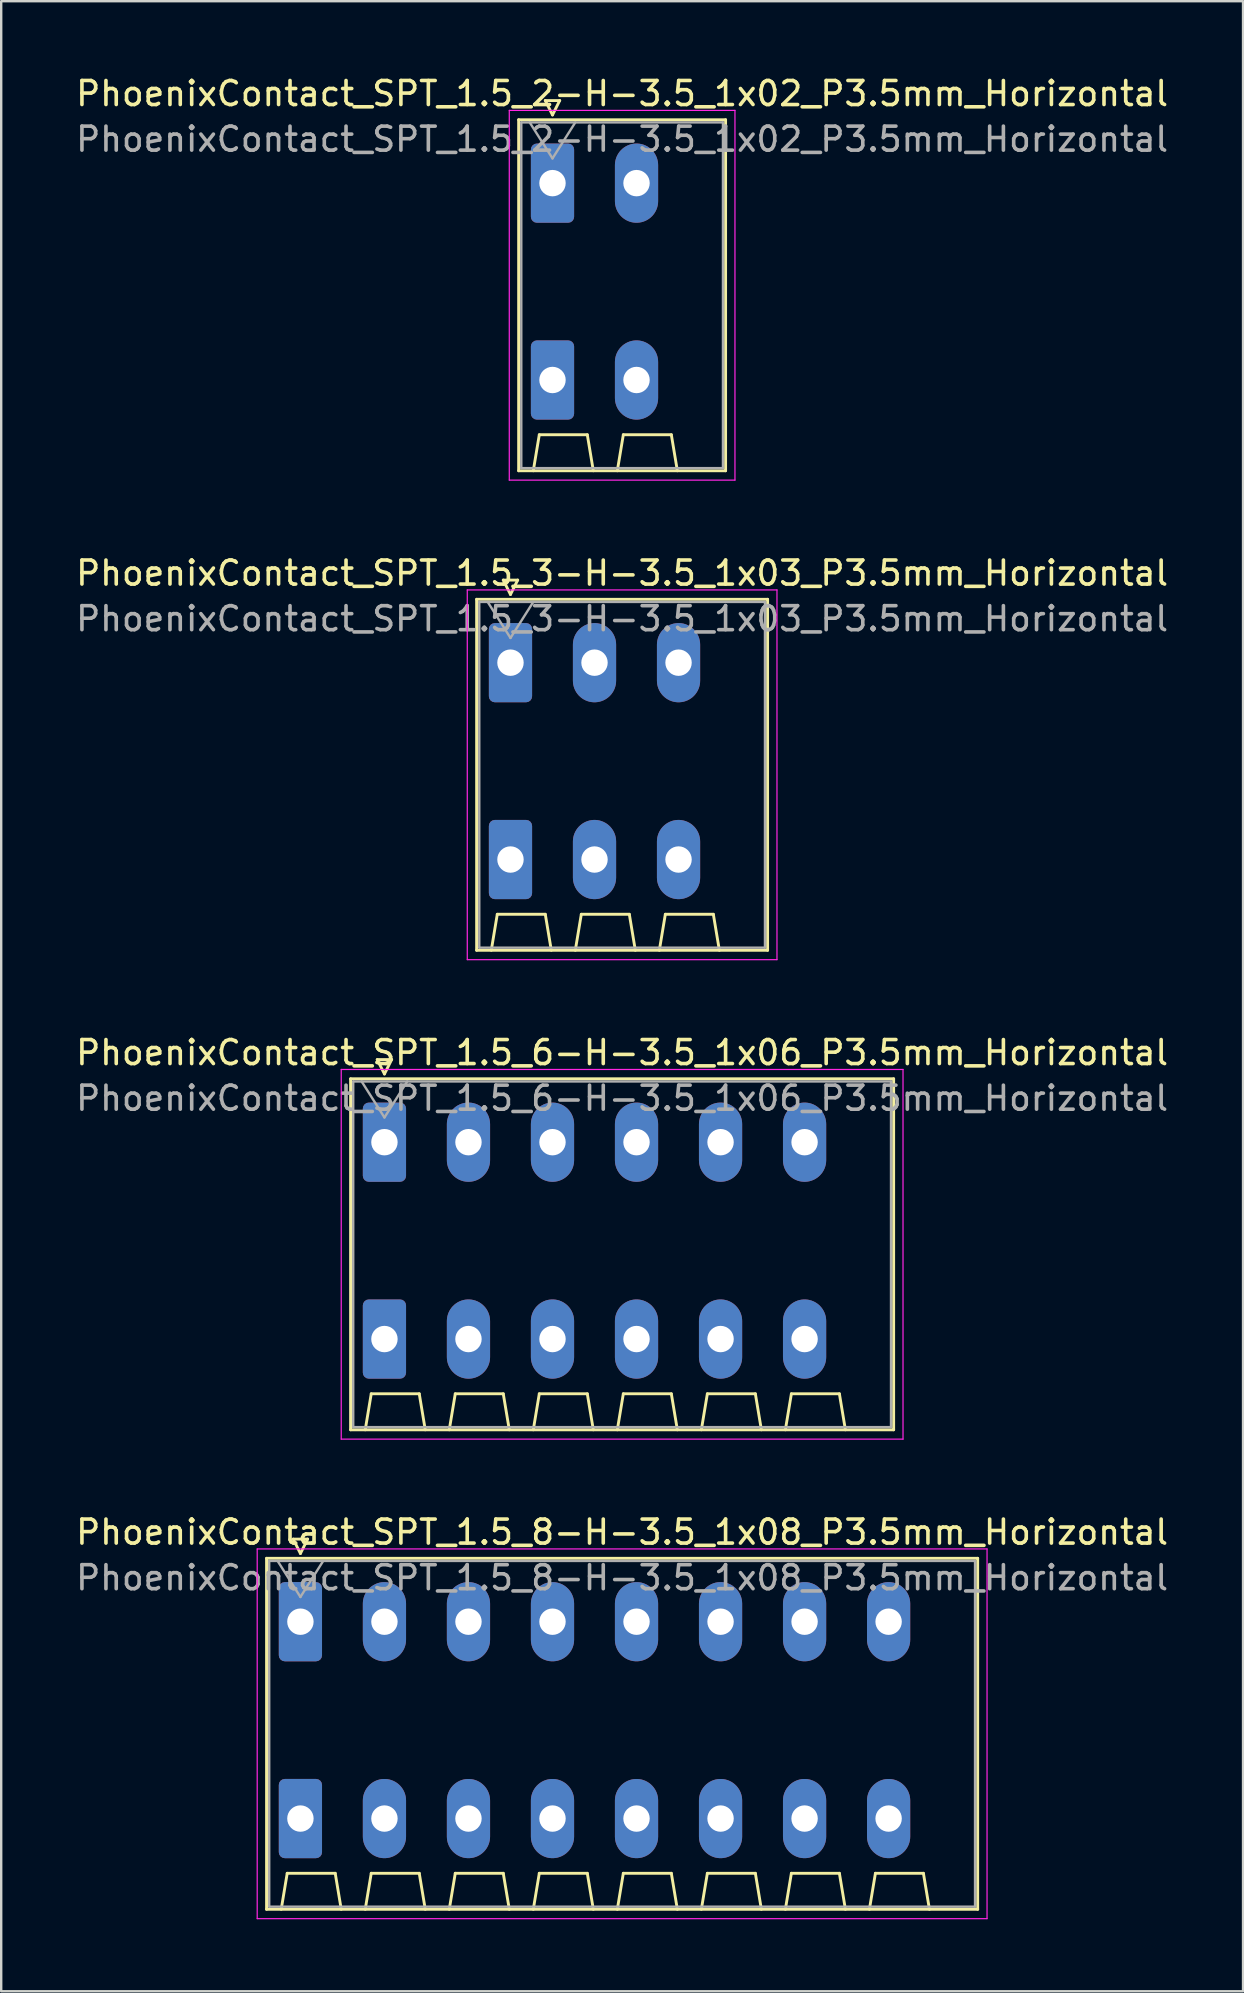
<source format=kicad_pcb>
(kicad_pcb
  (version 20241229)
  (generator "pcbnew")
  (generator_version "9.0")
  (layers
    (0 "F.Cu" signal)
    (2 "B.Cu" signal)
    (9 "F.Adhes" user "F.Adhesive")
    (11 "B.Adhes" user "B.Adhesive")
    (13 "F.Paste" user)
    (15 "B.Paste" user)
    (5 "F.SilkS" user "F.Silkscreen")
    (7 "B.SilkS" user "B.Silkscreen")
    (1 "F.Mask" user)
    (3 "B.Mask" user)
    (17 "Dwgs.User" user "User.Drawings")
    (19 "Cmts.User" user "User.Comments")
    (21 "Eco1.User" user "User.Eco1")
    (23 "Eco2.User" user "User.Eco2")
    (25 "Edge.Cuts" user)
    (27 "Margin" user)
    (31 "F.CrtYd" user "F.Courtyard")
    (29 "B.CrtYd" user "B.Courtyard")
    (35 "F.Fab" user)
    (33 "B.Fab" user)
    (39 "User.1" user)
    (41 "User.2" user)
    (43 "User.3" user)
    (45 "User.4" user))
  (footprint "PhoenixContact_SPT_1.5_2-H-3.5_1x02_P3.5mm_Horizontal"
    (layer "F.Cu")
    (at 19.963 4.578)
    (property "Reference" "PhoenixContact_SPT_1.5_2-H-3.5_1x02_P3.5mm_Horizontal" (at 2.9 -3.73 0) (layer "F.SilkS") (effects (font (size 1 1) (thickness 0.15))))
    (attr through_hole)
    (fp_line (start -1.41 -2.64) (end 7.21 -2.64) (stroke (width 0.12) (type solid)) (layer "F.SilkS"))
    (fp_line (start -1.41 11.98) (end -1.41 -2.64) (stroke (width 0.12) (type solid)) (layer "F.SilkS"))
    (fp_line (start -0.8 11.98) (end -0.55 10.48) (stroke (width 0.12) (type solid)) (layer "F.SilkS"))
    (fp_line (start -0.55 10.48) (end 1.45 10.48) (stroke (width 0.12) (type solid)) (layer "F.SilkS"))
    (fp_line (start -0.3 -3.44) (end 0 -2.84) (stroke (width 0.12) (type solid)) (layer "F.SilkS"))
    (fp_line (start -0.3 -3.44) (end 0.3 -3.44) (stroke (width 0.12) (type solid)) (layer "F.SilkS"))
    (fp_line (start 0.3 -3.44) (end 0 -2.84) (stroke (width 0.12) (type solid)) (layer "F.SilkS"))
    (fp_line (start 1.7 11.98) (end 1.45 10.48) (stroke (width 0.12) (type solid)) (layer "F.SilkS"))
    (fp_line (start 2.7 11.98) (end 2.95 10.48) (stroke (width 0.12) (type solid)) (layer "F.SilkS"))
    (fp_line (start 2.95 10.48) (end 4.95 10.48) (stroke (width 0.12) (type solid)) (layer "F.SilkS"))
    (fp_line (start 5.2 11.98) (end 4.95 10.48) (stroke (width 0.12) (type solid)) (layer "F.SilkS"))
    (fp_line (start 7.21 -2.64) (end 7.21 11.98) (stroke (width 0.12) (type solid)) (layer "F.SilkS"))
    (fp_line (start 7.21 11.98) (end -1.41 11.98) (stroke (width 0.12) (type solid)) (layer "F.SilkS"))
    (fp_line (start -1.8 -3.03) (end -1.8 12.37) (stroke (width 0.05) (type solid)) (layer "F.CrtYd"))
    (fp_line (start -1.8 12.37) (end 7.6 12.37) (stroke (width 0.05) (type solid)) (layer "F.CrtYd"))
    (fp_line (start 7.6 -3.03) (end -1.8 -3.03) (stroke (width 0.05) (type solid)) (layer "F.CrtYd"))
    (fp_line (start 7.6 12.37) (end 7.6 -3.03) (stroke (width 0.05) (type solid)) (layer "F.CrtYd"))
    (fp_line (start -1.3 -2.53) (end -1.3 11.87) (stroke (width 0.1) (type solid)) (layer "F.Fab"))
    (fp_line (start -1.3 11.87) (end 7.1 11.87) (stroke (width 0.1) (type solid)) (layer "F.Fab"))
    (fp_line (start -0.95 -2.53) (end 0 -1.03) (stroke (width 0.1) (type solid)) (layer "F.Fab"))
    (fp_line (start 0.95 -2.53) (end 0 -1.03) (stroke (width 0.1) (type solid)) (layer "F.Fab"))
    (fp_line (start 7.1 -2.53) (end -1.3 -2.53) (stroke (width 0.1) (type solid)) (layer "F.Fab"))
    (fp_line (start 7.1 11.87) (end 7.1 -2.53) (stroke (width 0.1) (type solid)) (layer "F.Fab"))
    (fp_text user "${REFERENCE}" (at 2.9 -1.83 0) (layer "F.Fab") (effects (font (size 1 1) (thickness 0.15))))
    (pad "1" thru_hole roundrect (at 0 0) (size 1.8 3.3) (drill 1.1) (layers "*.Cu" "*.Mask") (roundrect_rratio 0.139))
    (pad "1" thru_hole roundrect (at 0 8.2) (size 1.8 3.3) (drill 1.1) (layers "*.Cu" "*.Mask") (roundrect_rratio 0.139))
    (pad "2" thru_hole oval (at 3.5 0) (size 1.8 3.3) (drill 1.1) (layers "*.Cu" "*.Mask"))
    (pad "2" thru_hole oval (at 3.5 8.2) (size 1.8 3.3) (drill 1.1) (layers "*.Cu" "*.Mask")))
  (footprint "PhoenixContact_SPT_1.5_3-H-3.5_1x03_P3.5mm_Horizontal"
    (layer "F.Cu")
    (at 18.213 24.552)
    (property "Reference" "PhoenixContact_SPT_1.5_3-H-3.5_1x03_P3.5mm_Horizontal" (at 4.65 -3.73 0) (layer "F.SilkS") (effects (font (size 1 1) (thickness 0.15))))
    (attr through_hole)
    (fp_line (start -1.41 -2.64) (end 10.71 -2.64) (stroke (width 0.12) (type solid)) (layer "F.SilkS"))
    (fp_line (start -1.41 11.98) (end -1.41 -2.64) (stroke (width 0.12) (type solid)) (layer "F.SilkS"))
    (fp_line (start -0.8 11.98) (end -0.55 10.48) (stroke (width 0.12) (type solid)) (layer "F.SilkS"))
    (fp_line (start -0.55 10.48) (end 1.45 10.48) (stroke (width 0.12) (type solid)) (layer "F.SilkS"))
    (fp_line (start -0.3 -3.44) (end 0 -2.84) (stroke (width 0.12) (type solid)) (layer "F.SilkS"))
    (fp_line (start -0.3 -3.44) (end 0.3 -3.44) (stroke (width 0.12) (type solid)) (layer "F.SilkS"))
    (fp_line (start 0.3 -3.44) (end 0 -2.84) (stroke (width 0.12) (type solid)) (layer "F.SilkS"))
    (fp_line (start 1.7 11.98) (end 1.45 10.48) (stroke (width 0.12) (type solid)) (layer "F.SilkS"))
    (fp_line (start 2.7 11.98) (end 2.95 10.48) (stroke (width 0.12) (type solid)) (layer "F.SilkS"))
    (fp_line (start 2.95 10.48) (end 4.95 10.48) (stroke (width 0.12) (type solid)) (layer "F.SilkS"))
    (fp_line (start 5.2 11.98) (end 4.95 10.48) (stroke (width 0.12) (type solid)) (layer "F.SilkS"))
    (fp_line (start 6.2 11.98) (end 6.45 10.48) (stroke (width 0.12) (type solid)) (layer "F.SilkS"))
    (fp_line (start 6.45 10.48) (end 8.45 10.48) (stroke (width 0.12) (type solid)) (layer "F.SilkS"))
    (fp_line (start 8.7 11.98) (end 8.45 10.48) (stroke (width 0.12) (type solid)) (layer "F.SilkS"))
    (fp_line (start 10.71 -2.64) (end 10.71 11.98) (stroke (width 0.12) (type solid)) (layer "F.SilkS"))
    (fp_line (start 10.71 11.98) (end -1.41 11.98) (stroke (width 0.12) (type solid)) (layer "F.SilkS"))
    (fp_line (start -1.8 -3.03) (end -1.8 12.37) (stroke (width 0.05) (type solid)) (layer "F.CrtYd"))
    (fp_line (start -1.8 12.37) (end 11.1 12.37) (stroke (width 0.05) (type solid)) (layer "F.CrtYd"))
    (fp_line (start 11.1 -3.03) (end -1.8 -3.03) (stroke (width 0.05) (type solid)) (layer "F.CrtYd"))
    (fp_line (start 11.1 12.37) (end 11.1 -3.03) (stroke (width 0.05) (type solid)) (layer "F.CrtYd"))
    (fp_line (start -1.3 -2.53) (end -1.3 11.87) (stroke (width 0.1) (type solid)) (layer "F.Fab"))
    (fp_line (start -1.3 11.87) (end 10.6 11.87) (stroke (width 0.1) (type solid)) (layer "F.Fab"))
    (fp_line (start -0.95 -2.53) (end 0 -1.03) (stroke (width 0.1) (type solid)) (layer "F.Fab"))
    (fp_line (start 0.95 -2.53) (end 0 -1.03) (stroke (width 0.1) (type solid)) (layer "F.Fab"))
    (fp_line (start 10.6 -2.53) (end -1.3 -2.53) (stroke (width 0.1) (type solid)) (layer "F.Fab"))
    (fp_line (start 10.6 11.87) (end 10.6 -2.53) (stroke (width 0.1) (type solid)) (layer "F.Fab"))
    (fp_text user "${REFERENCE}" (at 4.65 -1.83 0) (layer "F.Fab") (effects (font (size 1 1) (thickness 0.15))))
    (pad "1" thru_hole roundrect (at 0 0) (size 1.8 3.3) (drill 1.1) (layers "*.Cu" "*.Mask") (roundrect_rratio 0.139))
    (pad "1" thru_hole roundrect (at 0 8.2) (size 1.8 3.3) (drill 1.1) (layers "*.Cu" "*.Mask") (roundrect_rratio 0.139))
    (pad "2" thru_hole oval (at 3.5 0) (size 1.8 3.3) (drill 1.1) (layers "*.Cu" "*.Mask"))
    (pad "2" thru_hole oval (at 3.5 8.2) (size 1.8 3.3) (drill 1.1) (layers "*.Cu" "*.Mask"))
    (pad "3" thru_hole oval (at 7 0) (size 1.8 3.3) (drill 1.1) (layers "*.Cu" "*.Mask"))
    (pad "3" thru_hole oval (at 7 8.2) (size 1.8 3.3) (drill 1.1) (layers "*.Cu" "*.Mask")))
  (footprint "PhoenixContact_SPT_1.5_8-H-3.5_1x08_P3.5mm_Horizontal"
    (layer "F.Cu")
    (at 9.463 64.498)
    (property "Reference" "PhoenixContact_SPT_1.5_8-H-3.5_1x08_P3.5mm_Horizontal" (at 13.4 -3.73 0) (layer "F.SilkS") (effects (font (size 1 1) (thickness 0.15))))
    (attr through_hole)
    (fp_line (start -1.41 -2.64) (end 28.21 -2.64) (stroke (width 0.12) (type solid)) (layer "F.SilkS"))
    (fp_line (start -1.41 11.98) (end -1.41 -2.64) (stroke (width 0.12) (type solid)) (layer "F.SilkS"))
    (fp_line (start -0.8 11.98) (end -0.55 10.48) (stroke (width 0.12) (type solid)) (layer "F.SilkS"))
    (fp_line (start -0.55 10.48) (end 1.45 10.48) (stroke (width 0.12) (type solid)) (layer "F.SilkS"))
    (fp_line (start -0.3 -3.44) (end 0 -2.84) (stroke (width 0.12) (type solid)) (layer "F.SilkS"))
    (fp_line (start -0.3 -3.44) (end 0.3 -3.44) (stroke (width 0.12) (type solid)) (layer "F.SilkS"))
    (fp_line (start 0.3 -3.44) (end 0 -2.84) (stroke (width 0.12) (type solid)) (layer "F.SilkS"))
    (fp_line (start 1.7 11.98) (end 1.45 10.48) (stroke (width 0.12) (type solid)) (layer "F.SilkS"))
    (fp_line (start 2.7 11.98) (end 2.95 10.48) (stroke (width 0.12) (type solid)) (layer "F.SilkS"))
    (fp_line (start 2.95 10.48) (end 4.95 10.48) (stroke (width 0.12) (type solid)) (layer "F.SilkS"))
    (fp_line (start 5.2 11.98) (end 4.95 10.48) (stroke (width 0.12) (type solid)) (layer "F.SilkS"))
    (fp_line (start 6.2 11.98) (end 6.45 10.48) (stroke (width 0.12) (type solid)) (layer "F.SilkS"))
    (fp_line (start 6.45 10.48) (end 8.45 10.48) (stroke (width 0.12) (type solid)) (layer "F.SilkS"))
    (fp_line (start 8.7 11.98) (end 8.45 10.48) (stroke (width 0.12) (type solid)) (layer "F.SilkS"))
    (fp_line (start 9.7 11.98) (end 9.95 10.48) (stroke (width 0.12) (type solid)) (layer "F.SilkS"))
    (fp_line (start 9.95 10.48) (end 11.95 10.48) (stroke (width 0.12) (type solid)) (layer "F.SilkS"))
    (fp_line (start 12.2 11.98) (end 11.95 10.48) (stroke (width 0.12) (type solid)) (layer "F.SilkS"))
    (fp_line (start 13.2 11.98) (end 13.45 10.48) (stroke (width 0.12) (type solid)) (layer "F.SilkS"))
    (fp_line (start 13.45 10.48) (end 15.45 10.48) (stroke (width 0.12) (type solid)) (layer "F.SilkS"))
    (fp_line (start 15.7 11.98) (end 15.45 10.48) (stroke (width 0.12) (type solid)) (layer "F.SilkS"))
    (fp_line (start 16.7 11.98) (end 16.95 10.48) (stroke (width 0.12) (type solid)) (layer "F.SilkS"))
    (fp_line (start 16.95 10.48) (end 18.95 10.48) (stroke (width 0.12) (type solid)) (layer "F.SilkS"))
    (fp_line (start 19.2 11.98) (end 18.95 10.48) (stroke (width 0.12) (type solid)) (layer "F.SilkS"))
    (fp_line (start 20.2 11.98) (end 20.45 10.48) (stroke (width 0.12) (type solid)) (layer "F.SilkS"))
    (fp_line (start 20.45 10.48) (end 22.45 10.48) (stroke (width 0.12) (type solid)) (layer "F.SilkS"))
    (fp_line (start 22.7 11.98) (end 22.45 10.48) (stroke (width 0.12) (type solid)) (layer "F.SilkS"))
    (fp_line (start 23.7 11.98) (end 23.95 10.48) (stroke (width 0.12) (type solid)) (layer "F.SilkS"))
    (fp_line (start 23.95 10.48) (end 25.95 10.48) (stroke (width 0.12) (type solid)) (layer "F.SilkS"))
    (fp_line (start 26.2 11.98) (end 25.95 10.48) (stroke (width 0.12) (type solid)) (layer "F.SilkS"))
    (fp_line (start 28.21 -2.64) (end 28.21 11.98) (stroke (width 0.12) (type solid)) (layer "F.SilkS"))
    (fp_line (start 28.21 11.98) (end -1.41 11.98) (stroke (width 0.12) (type solid)) (layer "F.SilkS"))
    (fp_line (start -1.8 -3.03) (end -1.8 12.37) (stroke (width 0.05) (type solid)) (layer "F.CrtYd"))
    (fp_line (start -1.8 12.37) (end 28.6 12.37) (stroke (width 0.05) (type solid)) (layer "F.CrtYd"))
    (fp_line (start 28.6 -3.03) (end -1.8 -3.03) (stroke (width 0.05) (type solid)) (layer "F.CrtYd"))
    (fp_line (start 28.6 12.37) (end 28.6 -3.03) (stroke (width 0.05) (type solid)) (layer "F.CrtYd"))
    (fp_line (start -1.3 -2.53) (end -1.3 11.87) (stroke (width 0.1) (type solid)) (layer "F.Fab"))
    (fp_line (start -1.3 11.87) (end 28.1 11.87) (stroke (width 0.1) (type solid)) (layer "F.Fab"))
    (fp_line (start -0.95 -2.53) (end 0 -1.03) (stroke (width 0.1) (type solid)) (layer "F.Fab"))
    (fp_line (start 0.95 -2.53) (end 0 -1.03) (stroke (width 0.1) (type solid)) (layer "F.Fab"))
    (fp_line (start 28.1 -2.53) (end -1.3 -2.53) (stroke (width 0.1) (type solid)) (layer "F.Fab"))
    (fp_line (start 28.1 11.87) (end 28.1 -2.53) (stroke (width 0.1) (type solid)) (layer "F.Fab"))
    (fp_text user "${REFERENCE}" (at 13.4 -1.83 0) (layer "F.Fab") (effects (font (size 1 1) (thickness 0.15))))
    (pad "1" thru_hole roundrect (at 0 0) (size 1.8 3.3) (drill 1.1) (layers "*.Cu" "*.Mask") (roundrect_rratio 0.139))
    (pad "1" thru_hole roundrect (at 0 8.2) (size 1.8 3.3) (drill 1.1) (layers "*.Cu" "*.Mask") (roundrect_rratio 0.139))
    (pad "2" thru_hole oval (at 3.5 0) (size 1.8 3.3) (drill 1.1) (layers "*.Cu" "*.Mask"))
    (pad "2" thru_hole oval (at 3.5 8.2) (size 1.8 3.3) (drill 1.1) (layers "*.Cu" "*.Mask"))
    (pad "3" thru_hole oval (at 7 0) (size 1.8 3.3) (drill 1.1) (layers "*.Cu" "*.Mask"))
    (pad "3" thru_hole oval (at 7 8.2) (size 1.8 3.3) (drill 1.1) (layers "*.Cu" "*.Mask"))
    (pad "4" thru_hole oval (at 10.5 0) (size 1.8 3.3) (drill 1.1) (layers "*.Cu" "*.Mask"))
    (pad "4" thru_hole oval (at 10.5 8.2) (size 1.8 3.3) (drill 1.1) (layers "*.Cu" "*.Mask"))
    (pad "5" thru_hole oval (at 14 0) (size 1.8 3.3) (drill 1.1) (layers "*.Cu" "*.Mask"))
    (pad "5" thru_hole oval (at 14 8.2) (size 1.8 3.3) (drill 1.1) (layers "*.Cu" "*.Mask"))
    (pad "6" thru_hole oval (at 17.5 0) (size 1.8 3.3) (drill 1.1) (layers "*.Cu" "*.Mask"))
    (pad "6" thru_hole oval (at 17.5 8.2) (size 1.8 3.3) (drill 1.1) (layers "*.Cu" "*.Mask"))
    (pad "7" thru_hole oval (at 21 0) (size 1.8 3.3) (drill 1.1) (layers "*.Cu" "*.Mask"))
    (pad "7" thru_hole oval (at 21 8.2) (size 1.8 3.3) (drill 1.1) (layers "*.Cu" "*.Mask"))
    (pad "8" thru_hole oval (at 24.5 0) (size 1.8 3.3) (drill 1.1) (layers "*.Cu" "*.Mask"))
    (pad "8" thru_hole oval (at 24.5 8.2) (size 1.8 3.3) (drill 1.1) (layers "*.Cu" "*.Mask")))
  (footprint "PhoenixContact_SPT_1.5_6-H-3.5_1x06_P3.5mm_Horizontal"
    (layer "F.Cu")
    (at 12.963 44.525)
    (property "Reference" "PhoenixContact_SPT_1.5_6-H-3.5_1x06_P3.5mm_Horizontal" (at 9.9 -3.73 0) (layer "F.SilkS") (effects (font (size 1 1) (thickness 0.15))))
    (attr through_hole)
    (fp_line (start -1.41 -2.64) (end 21.21 -2.64) (stroke (width 0.12) (type solid)) (layer "F.SilkS"))
    (fp_line (start -1.41 11.98) (end -1.41 -2.64) (stroke (width 0.12) (type solid)) (layer "F.SilkS"))
    (fp_line (start -0.8 11.98) (end -0.55 10.48) (stroke (width 0.12) (type solid)) (layer "F.SilkS"))
    (fp_line (start -0.55 10.48) (end 1.45 10.48) (stroke (width 0.12) (type solid)) (layer "F.SilkS"))
    (fp_line (start -0.3 -3.44) (end 0 -2.84) (stroke (width 0.12) (type solid)) (layer "F.SilkS"))
    (fp_line (start -0.3 -3.44) (end 0.3 -3.44) (stroke (width 0.12) (type solid)) (layer "F.SilkS"))
    (fp_line (start 0.3 -3.44) (end 0 -2.84) (stroke (width 0.12) (type solid)) (layer "F.SilkS"))
    (fp_line (start 1.7 11.98) (end 1.45 10.48) (stroke (width 0.12) (type solid)) (layer "F.SilkS"))
    (fp_line (start 2.7 11.98) (end 2.95 10.48) (stroke (width 0.12) (type solid)) (layer "F.SilkS"))
    (fp_line (start 2.95 10.48) (end 4.95 10.48) (stroke (width 0.12) (type solid)) (layer "F.SilkS"))
    (fp_line (start 5.2 11.98) (end 4.95 10.48) (stroke (width 0.12) (type solid)) (layer "F.SilkS"))
    (fp_line (start 6.2 11.98) (end 6.45 10.48) (stroke (width 0.12) (type solid)) (layer "F.SilkS"))
    (fp_line (start 6.45 10.48) (end 8.45 10.48) (stroke (width 0.12) (type solid)) (layer "F.SilkS"))
    (fp_line (start 8.7 11.98) (end 8.45 10.48) (stroke (width 0.12) (type solid)) (layer "F.SilkS"))
    (fp_line (start 9.7 11.98) (end 9.95 10.48) (stroke (width 0.12) (type solid)) (layer "F.SilkS"))
    (fp_line (start 9.95 10.48) (end 11.95 10.48) (stroke (width 0.12) (type solid)) (layer "F.SilkS"))
    (fp_line (start 12.2 11.98) (end 11.95 10.48) (stroke (width 0.12) (type solid)) (layer "F.SilkS"))
    (fp_line (start 13.2 11.98) (end 13.45 10.48) (stroke (width 0.12) (type solid)) (layer "F.SilkS"))
    (fp_line (start 13.45 10.48) (end 15.45 10.48) (stroke (width 0.12) (type solid)) (layer "F.SilkS"))
    (fp_line (start 15.7 11.98) (end 15.45 10.48) (stroke (width 0.12) (type solid)) (layer "F.SilkS"))
    (fp_line (start 16.7 11.98) (end 16.95 10.48) (stroke (width 0.12) (type solid)) (layer "F.SilkS"))
    (fp_line (start 16.95 10.48) (end 18.95 10.48) (stroke (width 0.12) (type solid)) (layer "F.SilkS"))
    (fp_line (start 19.2 11.98) (end 18.95 10.48) (stroke (width 0.12) (type solid)) (layer "F.SilkS"))
    (fp_line (start 21.21 -2.64) (end 21.21 11.98) (stroke (width 0.12) (type solid)) (layer "F.SilkS"))
    (fp_line (start 21.21 11.98) (end -1.41 11.98) (stroke (width 0.12) (type solid)) (layer "F.SilkS"))
    (fp_line (start -1.8 -3.03) (end -1.8 12.37) (stroke (width 0.05) (type solid)) (layer "F.CrtYd"))
    (fp_line (start -1.8 12.37) (end 21.6 12.37) (stroke (width 0.05) (type solid)) (layer "F.CrtYd"))
    (fp_line (start 21.6 -3.03) (end -1.8 -3.03) (stroke (width 0.05) (type solid)) (layer "F.CrtYd"))
    (fp_line (start 21.6 12.37) (end 21.6 -3.03) (stroke (width 0.05) (type solid)) (layer "F.CrtYd"))
    (fp_line (start -1.3 -2.53) (end -1.3 11.87) (stroke (width 0.1) (type solid)) (layer "F.Fab"))
    (fp_line (start -1.3 11.87) (end 21.1 11.87) (stroke (width 0.1) (type solid)) (layer "F.Fab"))
    (fp_line (start -0.95 -2.53) (end 0 -1.03) (stroke (width 0.1) (type solid)) (layer "F.Fab"))
    (fp_line (start 0.95 -2.53) (end 0 -1.03) (stroke (width 0.1) (type solid)) (layer "F.Fab"))
    (fp_line (start 21.1 -2.53) (end -1.3 -2.53) (stroke (width 0.1) (type solid)) (layer "F.Fab"))
    (fp_line (start 21.1 11.87) (end 21.1 -2.53) (stroke (width 0.1) (type solid)) (layer "F.Fab"))
    (fp_text user "${REFERENCE}" (at 9.9 -1.83 0) (layer "F.Fab") (effects (font (size 1 1) (thickness 0.15))))
    (pad "1" thru_hole roundrect (at 0 0) (size 1.8 3.3) (drill 1.1) (layers "*.Cu" "*.Mask") (roundrect_rratio 0.139))
    (pad "1" thru_hole roundrect (at 0 8.2) (size 1.8 3.3) (drill 1.1) (layers "*.Cu" "*.Mask") (roundrect_rratio 0.139))
    (pad "2" thru_hole oval (at 3.5 0) (size 1.8 3.3) (drill 1.1) (layers "*.Cu" "*.Mask"))
    (pad "2" thru_hole oval (at 3.5 8.2) (size 1.8 3.3) (drill 1.1) (layers "*.Cu" "*.Mask"))
    (pad "3" thru_hole oval (at 7 0) (size 1.8 3.3) (drill 1.1) (layers "*.Cu" "*.Mask"))
    (pad "3" thru_hole oval (at 7 8.2) (size 1.8 3.3) (drill 1.1) (layers "*.Cu" "*.Mask"))
    (pad "4" thru_hole oval (at 10.5 0) (size 1.8 3.3) (drill 1.1) (layers "*.Cu" "*.Mask"))
    (pad "4" thru_hole oval (at 10.5 8.2) (size 1.8 3.3) (drill 1.1) (layers "*.Cu" "*.Mask"))
    (pad "5" thru_hole oval (at 14 0) (size 1.8 3.3) (drill 1.1) (layers "*.Cu" "*.Mask"))
    (pad "5" thru_hole oval (at 14 8.2) (size 1.8 3.3) (drill 1.1) (layers "*.Cu" "*.Mask"))
    (pad "6" thru_hole oval (at 17.5 0) (size 1.8 3.3) (drill 1.1) (layers "*.Cu" "*.Mask"))
    (pad "6" thru_hole oval (at 17.5 8.2) (size 1.8 3.3) (drill 1.1) (layers "*.Cu" "*.Mask")))
  (gr_rect
    (start -3 -3)
    (end 48.726 79.893)
    (stroke (width 0.1) (type default))
    (fill no)
    (layer "Edge.Cuts")))
</source>
